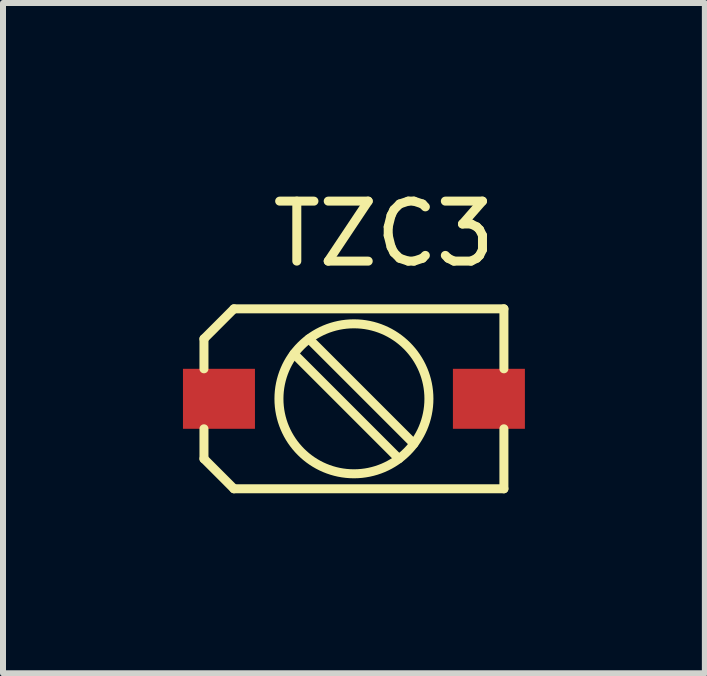
<source format=kicad_pcb>
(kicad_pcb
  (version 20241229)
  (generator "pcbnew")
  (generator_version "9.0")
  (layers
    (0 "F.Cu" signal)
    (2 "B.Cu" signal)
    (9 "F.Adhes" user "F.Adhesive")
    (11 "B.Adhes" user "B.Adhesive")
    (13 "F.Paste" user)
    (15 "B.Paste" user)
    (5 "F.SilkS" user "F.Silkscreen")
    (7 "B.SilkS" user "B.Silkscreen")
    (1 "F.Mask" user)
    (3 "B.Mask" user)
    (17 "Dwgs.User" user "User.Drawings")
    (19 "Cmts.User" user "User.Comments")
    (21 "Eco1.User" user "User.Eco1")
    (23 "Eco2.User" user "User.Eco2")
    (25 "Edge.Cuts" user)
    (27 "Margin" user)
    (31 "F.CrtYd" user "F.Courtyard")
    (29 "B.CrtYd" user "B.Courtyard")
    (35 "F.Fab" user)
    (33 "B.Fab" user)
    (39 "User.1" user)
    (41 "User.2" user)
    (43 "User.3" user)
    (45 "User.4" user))
  (footprint "TZC3"
    (layer "F.Cu")
    (at 2.85 3.598)
    (property "Reference" "TZC3" (at 0.5 -2.75 0) (layer "F.SilkS") (effects (font (size 1 1) (thickness 0.15))))
    (attr through_hole)
    (fp_line (start -2.5 -1) (end -2 -1.5) (stroke (width 0.15) (type solid)) (layer "F.SilkS"))
    (fp_line (start -2.5 -0.5) (end -2.5 -1) (stroke (width 0.15) (type solid)) (layer "F.SilkS"))
    (fp_line (start -2.5 0.5) (end -2.5 1) (stroke (width 0.15) (type solid)) (layer "F.SilkS"))
    (fp_line (start -2.5 1) (end -2 1.5) (stroke (width 0.15) (type solid)) (layer "F.SilkS"))
    (fp_line (start -2 -1.5) (end 2.5 -1.5) (stroke (width 0.15) (type solid)) (layer "F.SilkS"))
    (fp_line (start -2 1.5) (end 2.5 1.5) (stroke (width 0.15) (type solid)) (layer "F.SilkS"))
    (fp_line (start -1 -0.75) (end 0.75 1) (stroke (width 0.15) (type solid)) (layer "F.SilkS"))
    (fp_line (start -0.75 -1) (end 1 0.75) (stroke (width 0.15) (type solid)) (layer "F.SilkS"))
    (fp_line (start 2.5 -1.5) (end 2.5 -0.5) (stroke (width 0.15) (type solid)) (layer "F.SilkS"))
    (fp_line (start 2.5 1.5) (end 2.5 0.5) (stroke (width 0.15) (type solid)) (layer "F.SilkS"))
    (fp_circle (center 0 0) (end 0 -1.25) (stroke (width 0.15) (type solid)) (fill no) (layer "F.SilkS"))
    (pad "1" smd rect (at -2.25 0) (size 1.2 1) (layers "F.Cu" "F.Mask" "F.Paste"))
    (pad "2" smd rect (at 2.25 0) (size 1.2 1) (layers "F.Cu" "F.Mask" "F.Paste")))
  (gr_rect
    (start -3 -3)
    (end 8.7 8.173)
    (stroke (width 0.1) (type default))
    (fill no)
    (layer "Edge.Cuts")))
</source>
